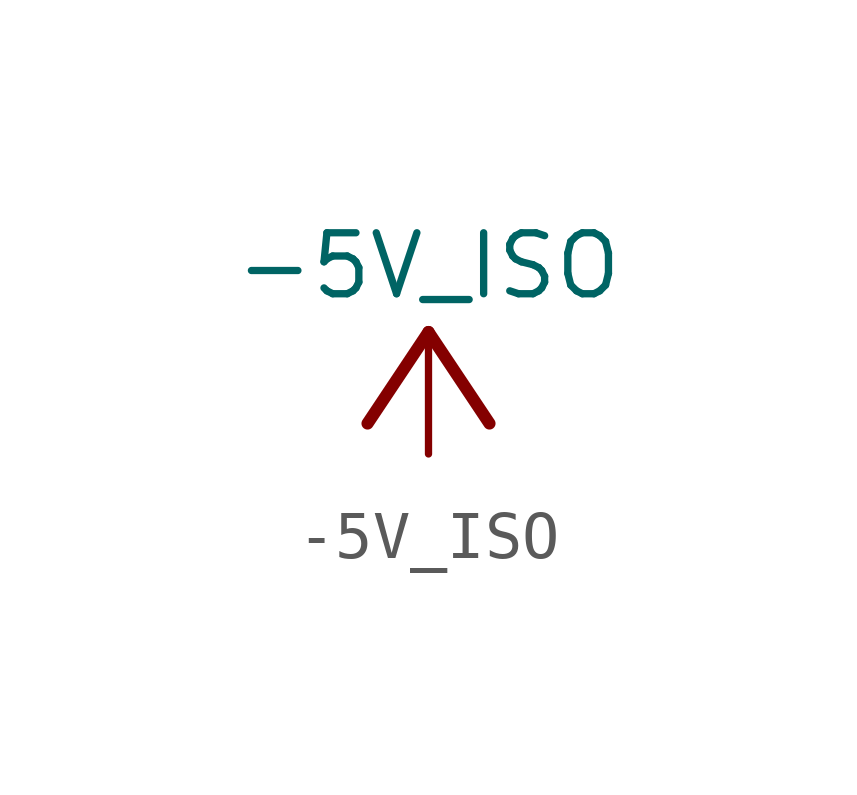
<source format=kicad_sym>
(kicad_symbol_lib
  (version 20241209)
  (generator "kicad_symbol_editor")
  (generator_version "9.0")
  (symbol "-5V_ISO"
    (power)
    (property "Reference" "#-5V_ISO"
      (at 0 0 0)
      (effects (font (size 1.27 1.27)) (hide yes)))
    (property "Value" "-5V_ISO"
      (at 0 3.175 0)
      (effects (font (size 1.27 1.27)) (justify bottom)))
    (property "ki_locked" ""
      (at 0 0 0)
      (effects (font (size 1.27 1.27))))
    (symbol "-5V_ISO_1_0"
      (polyline (pts (xy 0 2.54) (xy -1.27 0.635)) (stroke (width 0.254) (type solid)) (fill (type none)))
      (polyline (pts (xy 1.27 0.635) (xy 0 2.54)) (stroke (width 0.254) (type solid)) (fill (type none)))
      (pin power_in line (at 0 0 90) (length 2.54) (name "-5V_ISO" (effects (font (size 0 0)))) (number "1" (effects (font (size 0 0))))))))
</source>
